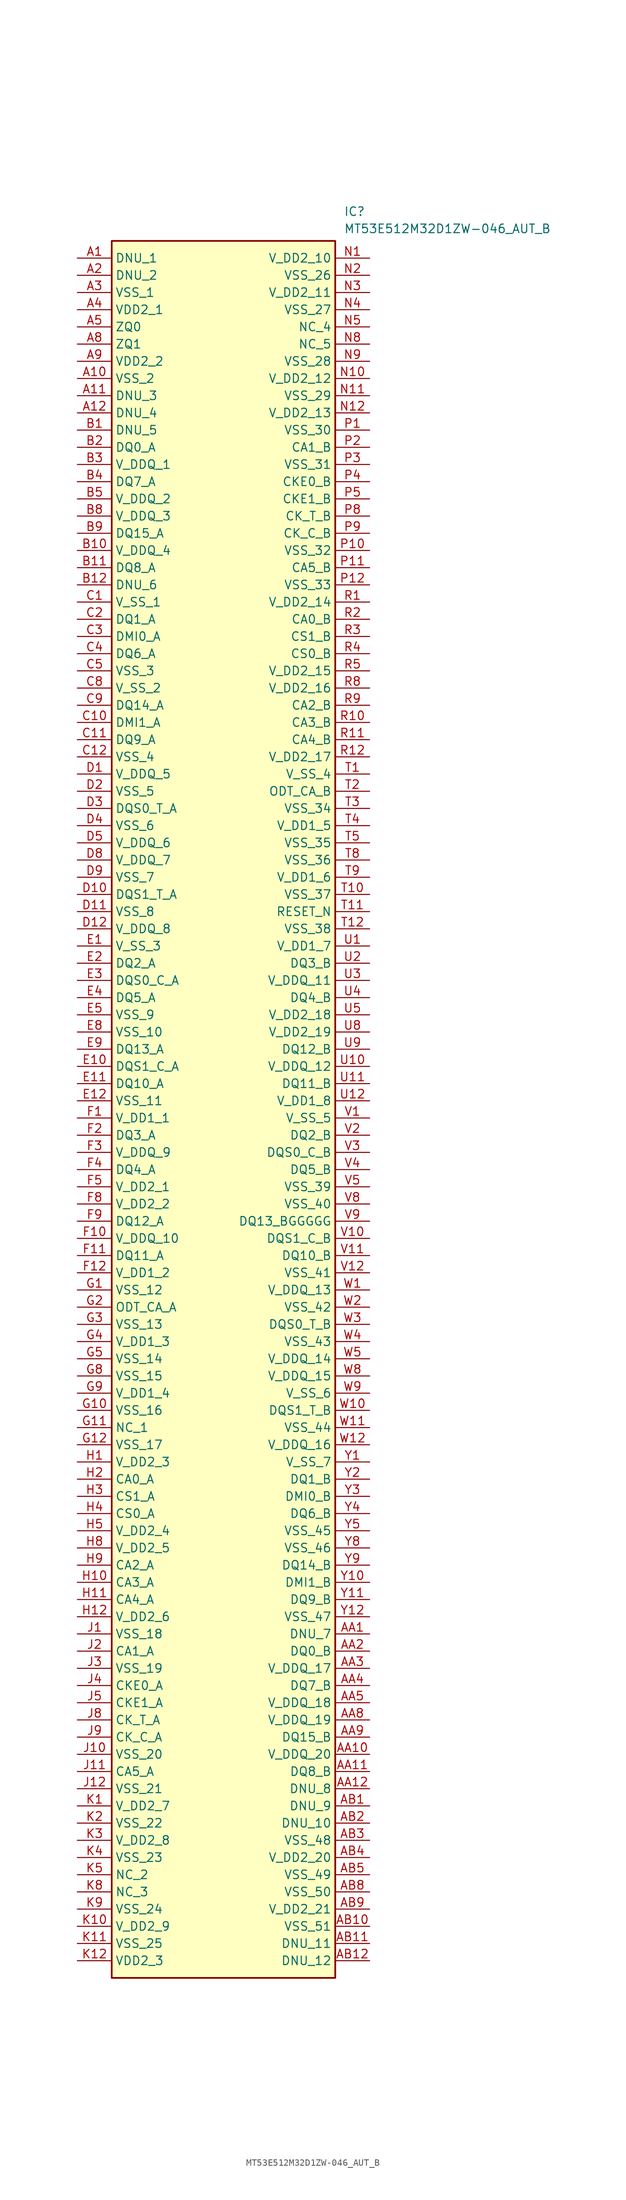
<source format=kicad_sym>
(kicad_symbol_lib
  (version 20241209)
  (generator "kicad_symbol_editor")
  (generator_version "9.0")
  (symbol "MT53E512M32D1ZW-046_AUT_B"
    (property "Reference" "IC"
      (at 39.37 7.62 0)
      (effects (font (size 1.27 1.27)) (justify left top)))
    (property "Value" "MT53E512M32D1ZW-046_AUT_B"
      (at 39.37 5.08 0)
      (effects (font (size 1.27 1.27)) (justify left top)))
    (symbol "MT53E512M32D1ZW-046_AUT_B_1_1"
      (rectangle (start 5.08 2.54) (end 38.1 -254) (stroke (width 0.254) (type default)) (fill (type background)))
      (pin passive line (at 0 0 0) (length 5.08) (name "DNU_1" (effects (font (size 1.27 1.27)))) (number "A1" (effects (font (size 1.27 1.27)))))
      (pin passive line (at 0 -2.54 0) (length 5.08) (name "DNU_2" (effects (font (size 1.27 1.27)))) (number "A2" (effects (font (size 1.27 1.27)))))
      (pin passive line (at 0 -5.08 0) (length 5.08) (name "VSS_1" (effects (font (size 1.27 1.27)))) (number "A3" (effects (font (size 1.27 1.27)))))
      (pin passive line (at 0 -7.62 0) (length 5.08) (name "VDD2_1" (effects (font (size 1.27 1.27)))) (number "A4" (effects (font (size 1.27 1.27)))))
      (pin passive line (at 0 -10.16 0) (length 5.08) (name "ZQ0" (effects (font (size 1.27 1.27)))) (number "A5" (effects (font (size 1.27 1.27)))))
      (pin passive line (at 0 -12.7 0) (length 5.08) (name "ZQ1" (effects (font (size 1.27 1.27)))) (number "A8" (effects (font (size 1.27 1.27)))))
      (pin passive line (at 0 -15.24 0) (length 5.08) (name "VDD2_2" (effects (font (size 1.27 1.27)))) (number "A9" (effects (font (size 1.27 1.27)))))
      (pin passive line (at 0 -17.78 0) (length 5.08) (name "VSS_2" (effects (font (size 1.27 1.27)))) (number "A10" (effects (font (size 1.27 1.27)))))
      (pin passive line (at 0 -20.32 0) (length 5.08) (name "DNU_3" (effects (font (size 1.27 1.27)))) (number "A11" (effects (font (size 1.27 1.27)))))
      (pin passive line (at 0 -22.86 0) (length 5.08) (name "DNU_4" (effects (font (size 1.27 1.27)))) (number "A12" (effects (font (size 1.27 1.27)))))
      (pin passive line (at 0 -25.4 0) (length 5.08) (name "DNU_5" (effects (font (size 1.27 1.27)))) (number "B1" (effects (font (size 1.27 1.27)))))
      (pin passive line (at 0 -27.94 0) (length 5.08) (name "DQ0_A" (effects (font (size 1.27 1.27)))) (number "B2" (effects (font (size 1.27 1.27)))))
      (pin passive line (at 0 -30.48 0) (length 5.08) (name "V_DDQ_1" (effects (font (size 1.27 1.27)))) (number "B3" (effects (font (size 1.27 1.27)))))
      (pin passive line (at 0 -33.02 0) (length 5.08) (name "DQ7_A" (effects (font (size 1.27 1.27)))) (number "B4" (effects (font (size 1.27 1.27)))))
      (pin passive line (at 0 -35.56 0) (length 5.08) (name "V_DDQ_2" (effects (font (size 1.27 1.27)))) (number "B5" (effects (font (size 1.27 1.27)))))
      (pin passive line (at 0 -38.1 0) (length 5.08) (name "V_DDQ_3" (effects (font (size 1.27 1.27)))) (number "B8" (effects (font (size 1.27 1.27)))))
      (pin passive line (at 0 -40.64 0) (length 5.08) (name "DQ15_A" (effects (font (size 1.27 1.27)))) (number "B9" (effects (font (size 1.27 1.27)))))
      (pin passive line (at 0 -43.18 0) (length 5.08) (name "V_DDQ_4" (effects (font (size 1.27 1.27)))) (number "B10" (effects (font (size 1.27 1.27)))))
      (pin passive line (at 0 -45.72 0) (length 5.08) (name "DQ8_A" (effects (font (size 1.27 1.27)))) (number "B11" (effects (font (size 1.27 1.27)))))
      (pin passive line (at 0 -48.26 0) (length 5.08) (name "DNU_6" (effects (font (size 1.27 1.27)))) (number "B12" (effects (font (size 1.27 1.27)))))
      (pin passive line (at 0 -50.8 0) (length 5.08) (name "V_SS_1" (effects (font (size 1.27 1.27)))) (number "C1" (effects (font (size 1.27 1.27)))))
      (pin passive line (at 0 -53.34 0) (length 5.08) (name "DQ1_A" (effects (font (size 1.27 1.27)))) (number "C2" (effects (font (size 1.27 1.27)))))
      (pin passive line (at 0 -55.88 0) (length 5.08) (name "DMI0_A" (effects (font (size 1.27 1.27)))) (number "C3" (effects (font (size 1.27 1.27)))))
      (pin passive line (at 0 -58.42 0) (length 5.08) (name "DQ6_A" (effects (font (size 1.27 1.27)))) (number "C4" (effects (font (size 1.27 1.27)))))
      (pin passive line (at 0 -60.96 0) (length 5.08) (name "VSS_3" (effects (font (size 1.27 1.27)))) (number "C5" (effects (font (size 1.27 1.27)))))
      (pin passive line (at 0 -63.5 0) (length 5.08) (name "V_SS_2" (effects (font (size 1.27 1.27)))) (number "C8" (effects (font (size 1.27 1.27)))))
      (pin passive line (at 0 -66.04 0) (length 5.08) (name "DQ14_A" (effects (font (size 1.27 1.27)))) (number "C9" (effects (font (size 1.27 1.27)))))
      (pin passive line (at 0 -68.58 0) (length 5.08) (name "DMI1_A" (effects (font (size 1.27 1.27)))) (number "C10" (effects (font (size 1.27 1.27)))))
      (pin passive line (at 0 -71.12 0) (length 5.08) (name "DQ9_A" (effects (font (size 1.27 1.27)))) (number "C11" (effects (font (size 1.27 1.27)))))
      (pin passive line (at 0 -73.66 0) (length 5.08) (name "VSS_4" (effects (font (size 1.27 1.27)))) (number "C12" (effects (font (size 1.27 1.27)))))
      (pin passive line (at 0 -76.2 0) (length 5.08) (name "V_DDQ_5" (effects (font (size 1.27 1.27)))) (number "D1" (effects (font (size 1.27 1.27)))))
      (pin passive line (at 0 -78.74 0) (length 5.08) (name "VSS_5" (effects (font (size 1.27 1.27)))) (number "D2" (effects (font (size 1.27 1.27)))))
      (pin passive line (at 0 -81.28 0) (length 5.08) (name "DQS0_T_A" (effects (font (size 1.27 1.27)))) (number "D3" (effects (font (size 1.27 1.27)))))
      (pin passive line (at 0 -83.82 0) (length 5.08) (name "VSS_6" (effects (font (size 1.27 1.27)))) (number "D4" (effects (font (size 1.27 1.27)))))
      (pin passive line (at 0 -86.36 0) (length 5.08) (name "V_DDQ_6" (effects (font (size 1.27 1.27)))) (number "D5" (effects (font (size 1.27 1.27)))))
      (pin passive line (at 0 -88.9 0) (length 5.08) (name "V_DDQ_7" (effects (font (size 1.27 1.27)))) (number "D8" (effects (font (size 1.27 1.27)))))
      (pin passive line (at 0 -91.44 0) (length 5.08) (name "VSS_7" (effects (font (size 1.27 1.27)))) (number "D9" (effects (font (size 1.27 1.27)))))
      (pin passive line (at 0 -93.98 0) (length 5.08) (name "DQS1_T_A" (effects (font (size 1.27 1.27)))) (number "D10" (effects (font (size 1.27 1.27)))))
      (pin passive line (at 0 -96.52 0) (length 5.08) (name "VSS_8" (effects (font (size 1.27 1.27)))) (number "D11" (effects (font (size 1.27 1.27)))))
      (pin passive line (at 0 -99.06 0) (length 5.08) (name "V_DDQ_8" (effects (font (size 1.27 1.27)))) (number "D12" (effects (font (size 1.27 1.27)))))
      (pin passive line (at 0 -101.6 0) (length 5.08) (name "V_SS_3" (effects (font (size 1.27 1.27)))) (number "E1" (effects (font (size 1.27 1.27)))))
      (pin passive line (at 0 -104.14 0) (length 5.08) (name "DQ2_A" (effects (font (size 1.27 1.27)))) (number "E2" (effects (font (size 1.27 1.27)))))
      (pin passive line (at 0 -106.68 0) (length 5.08) (name "DQS0_C_A" (effects (font (size 1.27 1.27)))) (number "E3" (effects (font (size 1.27 1.27)))))
      (pin passive line (at 0 -109.22 0) (length 5.08) (name "DQ5_A" (effects (font (size 1.27 1.27)))) (number "E4" (effects (font (size 1.27 1.27)))))
      (pin passive line (at 0 -111.76 0) (length 5.08) (name "VSS_9" (effects (font (size 1.27 1.27)))) (number "E5" (effects (font (size 1.27 1.27)))))
      (pin passive line (at 0 -114.3 0) (length 5.08) (name "VSS_10" (effects (font (size 1.27 1.27)))) (number "E8" (effects (font (size 1.27 1.27)))))
      (pin passive line (at 0 -116.84 0) (length 5.08) (name "DQ13_A" (effects (font (size 1.27 1.27)))) (number "E9" (effects (font (size 1.27 1.27)))))
      (pin passive line (at 0 -119.38 0) (length 5.08) (name "DQS1_C_A" (effects (font (size 1.27 1.27)))) (number "E10" (effects (font (size 1.27 1.27)))))
      (pin passive line (at 0 -121.92 0) (length 5.08) (name "DQ10_A" (effects (font (size 1.27 1.27)))) (number "E11" (effects (font (size 1.27 1.27)))))
      (pin passive line (at 0 -124.46 0) (length 5.08) (name "VSS_11" (effects (font (size 1.27 1.27)))) (number "E12" (effects (font (size 1.27 1.27)))))
      (pin passive line (at 0 -127 0) (length 5.08) (name "V_DD1_1" (effects (font (size 1.27 1.27)))) (number "F1" (effects (font (size 1.27 1.27)))))
      (pin passive line (at 0 -129.54 0) (length 5.08) (name "DQ3_A" (effects (font (size 1.27 1.27)))) (number "F2" (effects (font (size 1.27 1.27)))))
      (pin passive line (at 0 -132.08 0) (length 5.08) (name "V_DDQ_9" (effects (font (size 1.27 1.27)))) (number "F3" (effects (font (size 1.27 1.27)))))
      (pin passive line (at 0 -134.62 0) (length 5.08) (name "DQ4_A" (effects (font (size 1.27 1.27)))) (number "F4" (effects (font (size 1.27 1.27)))))
      (pin passive line (at 0 -137.16 0) (length 5.08) (name "V_DD2_1" (effects (font (size 1.27 1.27)))) (number "F5" (effects (font (size 1.27 1.27)))))
      (pin passive line (at 0 -139.7 0) (length 5.08) (name "V_DD2_2" (effects (font (size 1.27 1.27)))) (number "F8" (effects (font (size 1.27 1.27)))))
      (pin passive line (at 0 -142.24 0) (length 5.08) (name "DQ12_A" (effects (font (size 1.27 1.27)))) (number "F9" (effects (font (size 1.27 1.27)))))
      (pin passive line (at 0 -144.78 0) (length 5.08) (name "V_DDQ_10" (effects (font (size 1.27 1.27)))) (number "F10" (effects (font (size 1.27 1.27)))))
      (pin passive line (at 0 -147.32 0) (length 5.08) (name "DQ11_A" (effects (font (size 1.27 1.27)))) (number "F11" (effects (font (size 1.27 1.27)))))
      (pin passive line (at 0 -149.86 0) (length 5.08) (name "V_DD1_2" (effects (font (size 1.27 1.27)))) (number "F12" (effects (font (size 1.27 1.27)))))
      (pin passive line (at 0 -152.4 0) (length 5.08) (name "VSS_12" (effects (font (size 1.27 1.27)))) (number "G1" (effects (font (size 1.27 1.27)))))
      (pin passive line (at 0 -154.94 0) (length 5.08) (name "ODT_CA_A" (effects (font (size 1.27 1.27)))) (number "G2" (effects (font (size 1.27 1.27)))))
      (pin passive line (at 0 -157.48 0) (length 5.08) (name "VSS_13" (effects (font (size 1.27 1.27)))) (number "G3" (effects (font (size 1.27 1.27)))))
      (pin passive line (at 0 -160.02 0) (length 5.08) (name "V_DD1_3" (effects (font (size 1.27 1.27)))) (number "G4" (effects (font (size 1.27 1.27)))))
      (pin passive line (at 0 -162.56 0) (length 5.08) (name "VSS_14" (effects (font (size 1.27 1.27)))) (number "G5" (effects (font (size 1.27 1.27)))))
      (pin passive line (at 0 -165.1 0) (length 5.08) (name "VSS_15" (effects (font (size 1.27 1.27)))) (number "G8" (effects (font (size 1.27 1.27)))))
      (pin passive line (at 0 -167.64 0) (length 5.08) (name "V_DD1_4" (effects (font (size 1.27 1.27)))) (number "G9" (effects (font (size 1.27 1.27)))))
      (pin passive line (at 0 -170.18 0) (length 5.08) (name "VSS_16" (effects (font (size 1.27 1.27)))) (number "G10" (effects (font (size 1.27 1.27)))))
      (pin passive line (at 0 -172.72 0) (length 5.08) (name "NC_1" (effects (font (size 1.27 1.27)))) (number "G11" (effects (font (size 1.27 1.27)))))
      (pin passive line (at 0 -175.26 0) (length 5.08) (name "VSS_17" (effects (font (size 1.27 1.27)))) (number "G12" (effects (font (size 1.27 1.27)))))
      (pin passive line (at 0 -177.8 0) (length 5.08) (name "V_DD2_3" (effects (font (size 1.27 1.27)))) (number "H1" (effects (font (size 1.27 1.27)))))
      (pin passive line (at 0 -180.34 0) (length 5.08) (name "CA0_A" (effects (font (size 1.27 1.27)))) (number "H2" (effects (font (size 1.27 1.27)))))
      (pin passive line (at 0 -182.88 0) (length 5.08) (name "CS1_A" (effects (font (size 1.27 1.27)))) (number "H3" (effects (font (size 1.27 1.27)))))
      (pin passive line (at 0 -185.42 0) (length 5.08) (name "CS0_A" (effects (font (size 1.27 1.27)))) (number "H4" (effects (font (size 1.27 1.27)))))
      (pin passive line (at 0 -187.96 0) (length 5.08) (name "V_DD2_4" (effects (font (size 1.27 1.27)))) (number "H5" (effects (font (size 1.27 1.27)))))
      (pin passive line (at 0 -190.5 0) (length 5.08) (name "V_DD2_5" (effects (font (size 1.27 1.27)))) (number "H8" (effects (font (size 1.27 1.27)))))
      (pin passive line (at 0 -193.04 0) (length 5.08) (name "CA2_A" (effects (font (size 1.27 1.27)))) (number "H9" (effects (font (size 1.27 1.27)))))
      (pin passive line (at 0 -195.58 0) (length 5.08) (name "CA3_A" (effects (font (size 1.27 1.27)))) (number "H10" (effects (font (size 1.27 1.27)))))
      (pin passive line (at 0 -198.12 0) (length 5.08) (name "CA4_A" (effects (font (size 1.27 1.27)))) (number "H11" (effects (font (size 1.27 1.27)))))
      (pin passive line (at 0 -200.66 0) (length 5.08) (name "V_DD2_6" (effects (font (size 1.27 1.27)))) (number "H12" (effects (font (size 1.27 1.27)))))
      (pin passive line (at 0 -203.2 0) (length 5.08) (name "VSS_18" (effects (font (size 1.27 1.27)))) (number "J1" (effects (font (size 1.27 1.27)))))
      (pin passive line (at 0 -205.74 0) (length 5.08) (name "CA1_A" (effects (font (size 1.27 1.27)))) (number "J2" (effects (font (size 1.27 1.27)))))
      (pin passive line (at 0 -208.28 0) (length 5.08) (name "VSS_19" (effects (font (size 1.27 1.27)))) (number "J3" (effects (font (size 1.27 1.27)))))
      (pin passive line (at 0 -210.82 0) (length 5.08) (name "CKE0_A" (effects (font (size 1.27 1.27)))) (number "J4" (effects (font (size 1.27 1.27)))))
      (pin passive line (at 0 -213.36 0) (length 5.08) (name "CKE1_A" (effects (font (size 1.27 1.27)))) (number "J5" (effects (font (size 1.27 1.27)))))
      (pin passive line (at 0 -215.9 0) (length 5.08) (name "CK_T_A" (effects (font (size 1.27 1.27)))) (number "J8" (effects (font (size 1.27 1.27)))))
      (pin passive line (at 0 -218.44 0) (length 5.08) (name "CK_C_A" (effects (font (size 1.27 1.27)))) (number "J9" (effects (font (size 1.27 1.27)))))
      (pin passive line (at 0 -220.98 0) (length 5.08) (name "VSS_20" (effects (font (size 1.27 1.27)))) (number "J10" (effects (font (size 1.27 1.27)))))
      (pin passive line (at 0 -223.52 0) (length 5.08) (name "CA5_A" (effects (font (size 1.27 1.27)))) (number "J11" (effects (font (size 1.27 1.27)))))
      (pin passive line (at 0 -226.06 0) (length 5.08) (name "VSS_21" (effects (font (size 1.27 1.27)))) (number "J12" (effects (font (size 1.27 1.27)))))
      (pin passive line (at 0 -228.6 0) (length 5.08) (name "V_DD2_7" (effects (font (size 1.27 1.27)))) (number "K1" (effects (font (size 1.27 1.27)))))
      (pin passive line (at 0 -231.14 0) (length 5.08) (name "VSS_22" (effects (font (size 1.27 1.27)))) (number "K2" (effects (font (size 1.27 1.27)))))
      (pin passive line (at 0 -233.68 0) (length 5.08) (name "V_DD2_8" (effects (font (size 1.27 1.27)))) (number "K3" (effects (font (size 1.27 1.27)))))
      (pin passive line (at 0 -236.22 0) (length 5.08) (name "VSS_23" (effects (font (size 1.27 1.27)))) (number "K4" (effects (font (size 1.27 1.27)))))
      (pin passive line (at 0 -238.76 0) (length 5.08) (name "NC_2" (effects (font (size 1.27 1.27)))) (number "K5" (effects (font (size 1.27 1.27)))))
      (pin passive line (at 0 -241.3 0) (length 5.08) (name "NC_3" (effects (font (size 1.27 1.27)))) (number "K8" (effects (font (size 1.27 1.27)))))
      (pin passive line (at 0 -243.84 0) (length 5.08) (name "VSS_24" (effects (font (size 1.27 1.27)))) (number "K9" (effects (font (size 1.27 1.27)))))
      (pin passive line (at 0 -246.38 0) (length 5.08) (name "V_DD2_9" (effects (font (size 1.27 1.27)))) (number "K10" (effects (font (size 1.27 1.27)))))
      (pin passive line (at 0 -248.92 0) (length 5.08) (name "VSS_25" (effects (font (size 1.27 1.27)))) (number "K11" (effects (font (size 1.27 1.27)))))
      (pin passive line (at 0 -251.46 0) (length 5.08) (name "VDD2_3" (effects (font (size 1.27 1.27)))) (number "K12" (effects (font (size 1.27 1.27)))))
      (pin passive line (at 43.18 0 180) (length 5.08) (name "V_DD2_10" (effects (font (size 1.27 1.27)))) (number "N1" (effects (font (size 1.27 1.27)))))
      (pin passive line (at 43.18 -2.54 180) (length 5.08) (name "VSS_26" (effects (font (size 1.27 1.27)))) (number "N2" (effects (font (size 1.27 1.27)))))
      (pin passive line (at 43.18 -5.08 180) (length 5.08) (name "V_DD2_11" (effects (font (size 1.27 1.27)))) (number "N3" (effects (font (size 1.27 1.27)))))
      (pin passive line (at 43.18 -7.62 180) (length 5.08) (name "VSS_27" (effects (font (size 1.27 1.27)))) (number "N4" (effects (font (size 1.27 1.27)))))
      (pin passive line (at 43.18 -10.16 180) (length 5.08) (name "NC_4" (effects (font (size 1.27 1.27)))) (number "N5" (effects (font (size 1.27 1.27)))))
      (pin passive line (at 43.18 -12.7 180) (length 5.08) (name "NC_5" (effects (font (size 1.27 1.27)))) (number "N8" (effects (font (size 1.27 1.27)))))
      (pin passive line (at 43.18 -15.24 180) (length 5.08) (name "VSS_28" (effects (font (size 1.27 1.27)))) (number "N9" (effects (font (size 1.27 1.27)))))
      (pin passive line (at 43.18 -17.78 180) (length 5.08) (name "V_DD2_12" (effects (font (size 1.27 1.27)))) (number "N10" (effects (font (size 1.27 1.27)))))
      (pin passive line (at 43.18 -20.32 180) (length 5.08) (name "VSS_29" (effects (font (size 1.27 1.27)))) (number "N11" (effects (font (size 1.27 1.27)))))
      (pin passive line (at 43.18 -22.86 180) (length 5.08) (name "V_DD2_13" (effects (font (size 1.27 1.27)))) (number "N12" (effects (font (size 1.27 1.27)))))
      (pin passive line (at 43.18 -25.4 180) (length 5.08) (name "VSS_30" (effects (font (size 1.27 1.27)))) (number "P1" (effects (font (size 1.27 1.27)))))
      (pin passive line (at 43.18 -27.94 180) (length 5.08) (name "CA1_B" (effects (font (size 1.27 1.27)))) (number "P2" (effects (font (size 1.27 1.27)))))
      (pin passive line (at 43.18 -30.48 180) (length 5.08) (name "VSS_31" (effects (font (size 1.27 1.27)))) (number "P3" (effects (font (size 1.27 1.27)))))
      (pin passive line (at 43.18 -33.02 180) (length 5.08) (name "CKE0_B" (effects (font (size 1.27 1.27)))) (number "P4" (effects (font (size 1.27 1.27)))))
      (pin passive line (at 43.18 -35.56 180) (length 5.08) (name "CKE1_B" (effects (font (size 1.27 1.27)))) (number "P5" (effects (font (size 1.27 1.27)))))
      (pin passive line (at 43.18 -38.1 180) (length 5.08) (name "CK_T_B" (effects (font (size 1.27 1.27)))) (number "P8" (effects (font (size 1.27 1.27)))))
      (pin passive line (at 43.18 -40.64 180) (length 5.08) (name "CK_C_B" (effects (font (size 1.27 1.27)))) (number "P9" (effects (font (size 1.27 1.27)))))
      (pin passive line (at 43.18 -43.18 180) (length 5.08) (name "VSS_32" (effects (font (size 1.27 1.27)))) (number "P10" (effects (font (size 1.27 1.27)))))
      (pin passive line (at 43.18 -45.72 180) (length 5.08) (name "CA5_B" (effects (font (size 1.27 1.27)))) (number "P11" (effects (font (size 1.27 1.27)))))
      (pin passive line (at 43.18 -48.26 180) (length 5.08) (name "VSS_33" (effects (font (size 1.27 1.27)))) (number "P12" (effects (font (size 1.27 1.27)))))
      (pin passive line (at 43.18 -50.8 180) (length 5.08) (name "V_DD2_14" (effects (font (size 1.27 1.27)))) (number "R1" (effects (font (size 1.27 1.27)))))
      (pin passive line (at 43.18 -53.34 180) (length 5.08) (name "CA0_B" (effects (font (size 1.27 1.27)))) (number "R2" (effects (font (size 1.27 1.27)))))
      (pin passive line (at 43.18 -55.88 180) (length 5.08) (name "CS1_B" (effects (font (size 1.27 1.27)))) (number "R3" (effects (font (size 1.27 1.27)))))
      (pin passive line (at 43.18 -58.42 180) (length 5.08) (name "CS0_B" (effects (font (size 1.27 1.27)))) (number "R4" (effects (font (size 1.27 1.27)))))
      (pin passive line (at 43.18 -60.96 180) (length 5.08) (name "V_DD2_15" (effects (font (size 1.27 1.27)))) (number "R5" (effects (font (size 1.27 1.27)))))
      (pin passive line (at 43.18 -63.5 180) (length 5.08) (name "V_DD2_16" (effects (font (size 1.27 1.27)))) (number "R8" (effects (font (size 1.27 1.27)))))
      (pin passive line (at 43.18 -66.04 180) (length 5.08) (name "CA2_B" (effects (font (size 1.27 1.27)))) (number "R9" (effects (font (size 1.27 1.27)))))
      (pin passive line (at 43.18 -68.58 180) (length 5.08) (name "CA3_B" (effects (font (size 1.27 1.27)))) (number "R10" (effects (font (size 1.27 1.27)))))
      (pin passive line (at 43.18 -71.12 180) (length 5.08) (name "CA4_B" (effects (font (size 1.27 1.27)))) (number "R11" (effects (font (size 1.27 1.27)))))
      (pin passive line (at 43.18 -73.66 180) (length 5.08) (name "V_DD2_17" (effects (font (size 1.27 1.27)))) (number "R12" (effects (font (size 1.27 1.27)))))
      (pin passive line (at 43.18 -76.2 180) (length 5.08) (name "V_SS_4" (effects (font (size 1.27 1.27)))) (number "T1" (effects (font (size 1.27 1.27)))))
      (pin passive line (at 43.18 -78.74 180) (length 5.08) (name "ODT_CA_B" (effects (font (size 1.27 1.27)))) (number "T2" (effects (font (size 1.27 1.27)))))
      (pin passive line (at 43.18 -81.28 180) (length 5.08) (name "VSS_34" (effects (font (size 1.27 1.27)))) (number "T3" (effects (font (size 1.27 1.27)))))
      (pin passive line (at 43.18 -83.82 180) (length 5.08) (name "V_DD1_5" (effects (font (size 1.27 1.27)))) (number "T4" (effects (font (size 1.27 1.27)))))
      (pin passive line (at 43.18 -86.36 180) (length 5.08) (name "VSS_35" (effects (font (size 1.27 1.27)))) (number "T5" (effects (font (size 1.27 1.27)))))
      (pin passive line (at 43.18 -88.9 180) (length 5.08) (name "VSS_36" (effects (font (size 1.27 1.27)))) (number "T8" (effects (font (size 1.27 1.27)))))
      (pin passive line (at 43.18 -91.44 180) (length 5.08) (name "V_DD1_6" (effects (font (size 1.27 1.27)))) (number "T9" (effects (font (size 1.27 1.27)))))
      (pin passive line (at 43.18 -93.98 180) (length 5.08) (name "VSS_37" (effects (font (size 1.27 1.27)))) (number "T10" (effects (font (size 1.27 1.27)))))
      (pin passive line (at 43.18 -96.52 180) (length 5.08) (name "RESET_N" (effects (font (size 1.27 1.27)))) (number "T11" (effects (font (size 1.27 1.27)))))
      (pin passive line (at 43.18 -99.06 180) (length 5.08) (name "VSS_38" (effects (font (size 1.27 1.27)))) (number "T12" (effects (font (size 1.27 1.27)))))
      (pin passive line (at 43.18 -101.6 180) (length 5.08) (name "V_DD1_7" (effects (font (size 1.27 1.27)))) (number "U1" (effects (font (size 1.27 1.27)))))
      (pin passive line (at 43.18 -104.14 180) (length 5.08) (name "DQ3_B" (effects (font (size 1.27 1.27)))) (number "U2" (effects (font (size 1.27 1.27)))))
      (pin passive line (at 43.18 -106.68 180) (length 5.08) (name "V_DDQ_11" (effects (font (size 1.27 1.27)))) (number "U3" (effects (font (size 1.27 1.27)))))
      (pin passive line (at 43.18 -109.22 180) (length 5.08) (name "DQ4_B" (effects (font (size 1.27 1.27)))) (number "U4" (effects (font (size 1.27 1.27)))))
      (pin passive line (at 43.18 -111.76 180) (length 5.08) (name "V_DD2_18" (effects (font (size 1.27 1.27)))) (number "U5" (effects (font (size 1.27 1.27)))))
      (pin passive line (at 43.18 -114.3 180) (length 5.08) (name "V_DD2_19" (effects (font (size 1.27 1.27)))) (number "U8" (effects (font (size 1.27 1.27)))))
      (pin passive line (at 43.18 -116.84 180) (length 5.08) (name "DQ12_B" (effects (font (size 1.27 1.27)))) (number "U9" (effects (font (size 1.27 1.27)))))
      (pin passive line (at 43.18 -119.38 180) (length 5.08) (name "V_DDQ_12" (effects (font (size 1.27 1.27)))) (number "U10" (effects (font (size 1.27 1.27)))))
      (pin passive line (at 43.18 -121.92 180) (length 5.08) (name "DQ11_B" (effects (font (size 1.27 1.27)))) (number "U11" (effects (font (size 1.27 1.27)))))
      (pin passive line (at 43.18 -124.46 180) (length 5.08) (name "V_DD1_8" (effects (font (size 1.27 1.27)))) (number "U12" (effects (font (size 1.27 1.27)))))
      (pin passive line (at 43.18 -127 180) (length 5.08) (name "V_SS_5" (effects (font (size 1.27 1.27)))) (number "V1" (effects (font (size 1.27 1.27)))))
      (pin passive line (at 43.18 -129.54 180) (length 5.08) (name "DQ2_B" (effects (font (size 1.27 1.27)))) (number "V2" (effects (font (size 1.27 1.27)))))
      (pin passive line (at 43.18 -132.08 180) (length 5.08) (name "DQS0_C_B" (effects (font (size 1.27 1.27)))) (number "V3" (effects (font (size 1.27 1.27)))))
      (pin passive line (at 43.18 -134.62 180) (length 5.08) (name "DQ5_B" (effects (font (size 1.27 1.27)))) (number "V4" (effects (font (size 1.27 1.27)))))
      (pin passive line (at 43.18 -137.16 180) (length 5.08) (name "VSS_39" (effects (font (size 1.27 1.27)))) (number "V5" (effects (font (size 1.27 1.27)))))
      (pin passive line (at 43.18 -139.7 180) (length 5.08) (name "VSS_40" (effects (font (size 1.27 1.27)))) (number "V8" (effects (font (size 1.27 1.27)))))
      (pin passive line (at 43.18 -142.24 180) (length 5.08) (name "DQ13_BGGGGG" (effects (font (size 1.27 1.27)))) (number "V9" (effects (font (size 1.27 1.27)))))
      (pin passive line (at 43.18 -144.78 180) (length 5.08) (name "DQS1_C_B" (effects (font (size 1.27 1.27)))) (number "V10" (effects (font (size 1.27 1.27)))))
      (pin passive line (at 43.18 -147.32 180) (length 5.08) (name "DQ10_B" (effects (font (size 1.27 1.27)))) (number "V11" (effects (font (size 1.27 1.27)))))
      (pin passive line (at 43.18 -149.86 180) (length 5.08) (name "VSS_41" (effects (font (size 1.27 1.27)))) (number "V12" (effects (font (size 1.27 1.27)))))
      (pin passive line (at 43.18 -152.4 180) (length 5.08) (name "V_DDQ_13" (effects (font (size 1.27 1.27)))) (number "W1" (effects (font (size 1.27 1.27)))))
      (pin passive line (at 43.18 -154.94 180) (length 5.08) (name "VSS_42" (effects (font (size 1.27 1.27)))) (number "W2" (effects (font (size 1.27 1.27)))))
      (pin passive line (at 43.18 -157.48 180) (length 5.08) (name "DQS0_T_B" (effects (font (size 1.27 1.27)))) (number "W3" (effects (font (size 1.27 1.27)))))
      (pin passive line (at 43.18 -160.02 180) (length 5.08) (name "VSS_43" (effects (font (size 1.27 1.27)))) (number "W4" (effects (font (size 1.27 1.27)))))
      (pin passive line (at 43.18 -162.56 180) (length 5.08) (name "V_DDQ_14" (effects (font (size 1.27 1.27)))) (number "W5" (effects (font (size 1.27 1.27)))))
      (pin passive line (at 43.18 -165.1 180) (length 5.08) (name "V_DDQ_15" (effects (font (size 1.27 1.27)))) (number "W8" (effects (font (size 1.27 1.27)))))
      (pin passive line (at 43.18 -167.64 180) (length 5.08) (name "V_SS_6" (effects (font (size 1.27 1.27)))) (number "W9" (effects (font (size 1.27 1.27)))))
      (pin passive line (at 43.18 -170.18 180) (length 5.08) (name "DQS1_T_B" (effects (font (size 1.27 1.27)))) (number "W10" (effects (font (size 1.27 1.27)))))
      (pin passive line (at 43.18 -172.72 180) (length 5.08) (name "VSS_44" (effects (font (size 1.27 1.27)))) (number "W11" (effects (font (size 1.27 1.27)))))
      (pin passive line (at 43.18 -175.26 180) (length 5.08) (name "V_DDQ_16" (effects (font (size 1.27 1.27)))) (number "W12" (effects (font (size 1.27 1.27)))))
      (pin passive line (at 43.18 -177.8 180) (length 5.08) (name "V_SS_7" (effects (font (size 1.27 1.27)))) (number "Y1" (effects (font (size 1.27 1.27)))))
      (pin passive line (at 43.18 -180.34 180) (length 5.08) (name "DQ1_B" (effects (font (size 1.27 1.27)))) (number "Y2" (effects (font (size 1.27 1.27)))))
      (pin passive line (at 43.18 -182.88 180) (length 5.08) (name "DMI0_B" (effects (font (size 1.27 1.27)))) (number "Y3" (effects (font (size 1.27 1.27)))))
      (pin passive line (at 43.18 -185.42 180) (length 5.08) (name "DQ6_B" (effects (font (size 1.27 1.27)))) (number "Y4" (effects (font (size 1.27 1.27)))))
      (pin passive line (at 43.18 -187.96 180) (length 5.08) (name "VSS_45" (effects (font (size 1.27 1.27)))) (number "Y5" (effects (font (size 1.27 1.27)))))
      (pin passive line (at 43.18 -190.5 180) (length 5.08) (name "VSS_46" (effects (font (size 1.27 1.27)))) (number "Y8" (effects (font (size 1.27 1.27)))))
      (pin passive line (at 43.18 -193.04 180) (length 5.08) (name "DQ14_B" (effects (font (size 1.27 1.27)))) (number "Y9" (effects (font (size 1.27 1.27)))))
      (pin passive line (at 43.18 -195.58 180) (length 5.08) (name "DMI1_B" (effects (font (size 1.27 1.27)))) (number "Y10" (effects (font (size 1.27 1.27)))))
      (pin passive line (at 43.18 -198.12 180) (length 5.08) (name "DQ9_B" (effects (font (size 1.27 1.27)))) (number "Y11" (effects (font (size 1.27 1.27)))))
      (pin passive line (at 43.18 -200.66 180) (length 5.08) (name "VSS_47" (effects (font (size 1.27 1.27)))) (number "Y12" (effects (font (size 1.27 1.27)))))
      (pin passive line (at 43.18 -203.2 180) (length 5.08) (name "DNU_7" (effects (font (size 1.27 1.27)))) (number "AA1" (effects (font (size 1.27 1.27)))))
      (pin passive line (at 43.18 -205.74 180) (length 5.08) (name "DQ0_B" (effects (font (size 1.27 1.27)))) (number "AA2" (effects (font (size 1.27 1.27)))))
      (pin passive line (at 43.18 -208.28 180) (length 5.08) (name "V_DDQ_17" (effects (font (size 1.27 1.27)))) (number "AA3" (effects (font (size 1.27 1.27)))))
      (pin passive line (at 43.18 -210.82 180) (length 5.08) (name "DQ7_B" (effects (font (size 1.27 1.27)))) (number "AA4" (effects (font (size 1.27 1.27)))))
      (pin passive line (at 43.18 -213.36 180) (length 5.08) (name "V_DDQ_18" (effects (font (size 1.27 1.27)))) (number "AA5" (effects (font (size 1.27 1.27)))))
      (pin passive line (at 43.18 -215.9 180) (length 5.08) (name "V_DDQ_19" (effects (font (size 1.27 1.27)))) (number "AA8" (effects (font (size 1.27 1.27)))))
      (pin passive line (at 43.18 -218.44 180) (length 5.08) (name "DQ15_B" (effects (font (size 1.27 1.27)))) (number "AA9" (effects (font (size 1.27 1.27)))))
      (pin passive line (at 43.18 -220.98 180) (length 5.08) (name "V_DDQ_20" (effects (font (size 1.27 1.27)))) (number "AA10" (effects (font (size 1.27 1.27)))))
      (pin passive line (at 43.18 -223.52 180) (length 5.08) (name "DQ8_B" (effects (font (size 1.27 1.27)))) (number "AA11" (effects (font (size 1.27 1.27)))))
      (pin passive line (at 43.18 -226.06 180) (length 5.08) (name "DNU_8" (effects (font (size 1.27 1.27)))) (number "AA12" (effects (font (size 1.27 1.27)))))
      (pin passive line (at 43.18 -228.6 180) (length 5.08) (name "DNU_9" (effects (font (size 1.27 1.27)))) (number "AB1" (effects (font (size 1.27 1.27)))))
      (pin passive line (at 43.18 -231.14 180) (length 5.08) (name "DNU_10" (effects (font (size 1.27 1.27)))) (number "AB2" (effects (font (size 1.27 1.27)))))
      (pin passive line (at 43.18 -233.68 180) (length 5.08) (name "VSS_48" (effects (font (size 1.27 1.27)))) (number "AB3" (effects (font (size 1.27 1.27)))))
      (pin passive line (at 43.18 -236.22 180) (length 5.08) (name "V_DD2_20" (effects (font (size 1.27 1.27)))) (number "AB4" (effects (font (size 1.27 1.27)))))
      (pin passive line (at 43.18 -238.76 180) (length 5.08) (name "VSS_49" (effects (font (size 1.27 1.27)))) (number "AB5" (effects (font (size 1.27 1.27)))))
      (pin passive line (at 43.18 -241.3 180) (length 5.08) (name "VSS_50" (effects (font (size 1.27 1.27)))) (number "AB8" (effects (font (size 1.27 1.27)))))
      (pin passive line (at 43.18 -243.84 180) (length 5.08) (name "V_DD2_21" (effects (font (size 1.27 1.27)))) (number "AB9" (effects (font (size 1.27 1.27)))))
      (pin passive line (at 43.18 -246.38 180) (length 5.08) (name "VSS_51" (effects (font (size 1.27 1.27)))) (number "AB10" (effects (font (size 1.27 1.27)))))
      (pin passive line (at 43.18 -248.92 180) (length 5.08) (name "DNU_11" (effects (font (size 1.27 1.27)))) (number "AB11" (effects (font (size 1.27 1.27)))))
      (pin passive line (at 43.18 -251.46 180) (length 5.08) (name "DNU_12" (effects (font (size 1.27 1.27)))) (number "AB12" (effects (font (size 1.27 1.27))))))))
</source>
